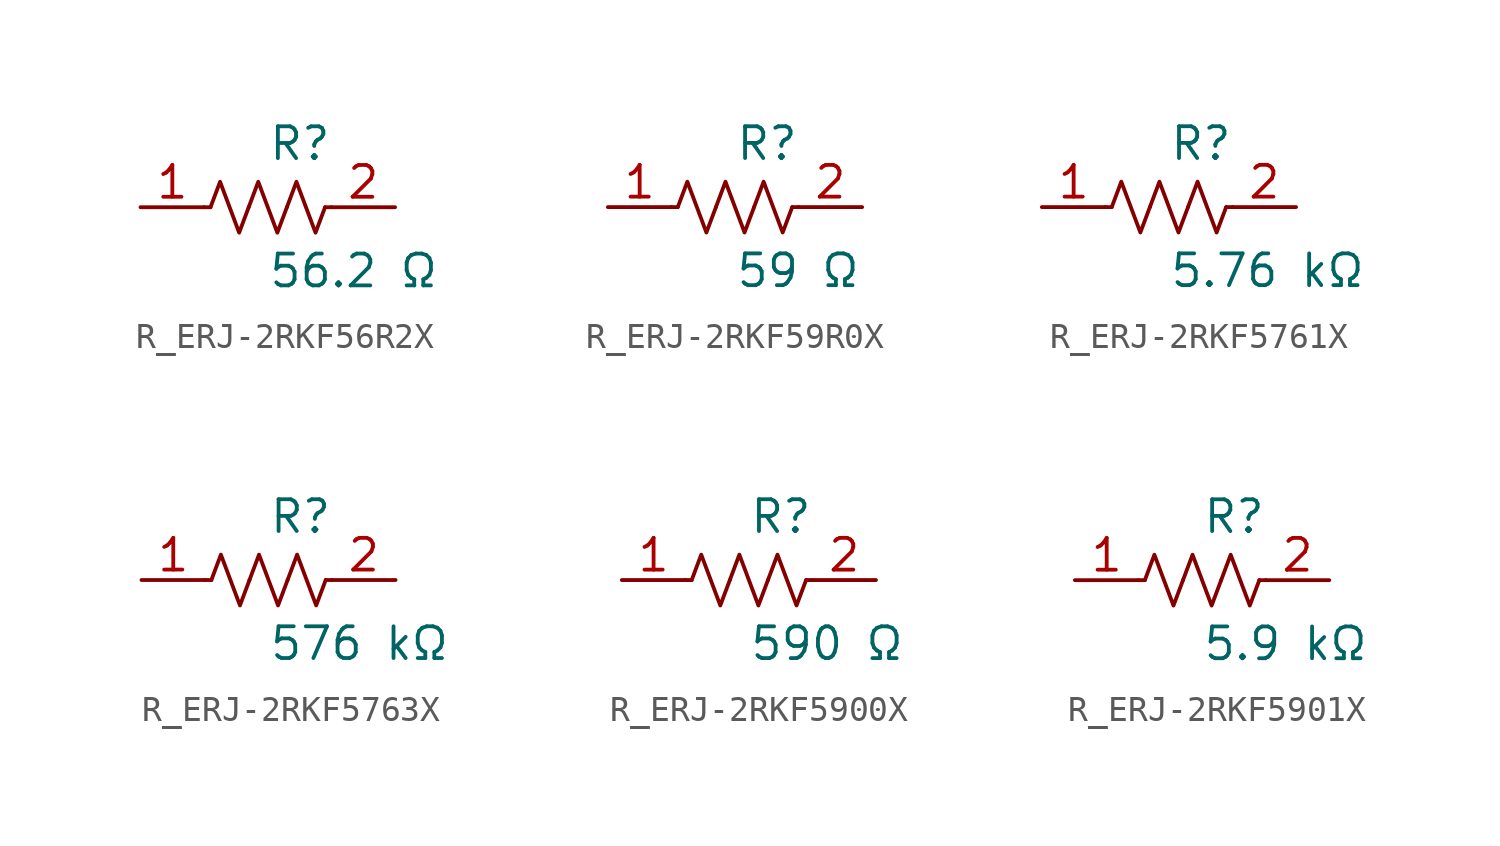
<source format=kicad_sym>
(kicad_symbol_lib
  (version 20231120)
  (generator kicad_symbol_editor)
  (generator_version 8.0)
  (symbol "R_ERJ-2RKF56R2X"
    (pin_names
      (offset 0.254))
    (property "Reference" "R"
      (at 0.0 2.54 0)
      (effects (font (size 1.27 1.27)) (justify left)))
    (property "Value" "56.2 Ω"
      (at 0.0 -2.54 0)
      (effects (font (size 1.27 1.27)) (justify left)))
    (symbol "R_ERJ-2RKF56R2X_0_1"
      (polyline (pts (xy 2.286 0) (xy 2.54 0)) (stroke (width 0) (type default)) (fill (type none)))
      (polyline (pts (xy -2.286 0) (xy -2.54 0)) (stroke (width 0) (type default)) (fill (type none)))
      (polyline (pts (xy 0.762 0) (xy 1.143 1.016) (xy 1.524 0) (xy 1.905 -1.016) (xy 2.286 0)) (stroke (width 0) (type default)) (fill (type none)))
      (polyline (pts (xy -0.762 0) (xy -0.381 1.016) (xy 0 0) (xy 0.381 -1.016) (xy 0.762 0)) (stroke (width 0) (type default)) (fill (type none)))
      (polyline (pts (xy -2.286 0) (xy -1.905 1.016) (xy -1.524 0) (xy -1.143 -1.016) (xy -0.762 0)) (stroke (width 0) (type default)) (fill (type none))))
    (pin unspecified line
      (at -5.08 0 0)
      (length 2.54)
      (name "" (effects (font (size 1.27 1.27))))
      (number "1" (effects (font (size 1.27 1.27)))))
    (pin unspecified line
      (at 5.08 0 180)
      (length 2.54)
      (name "" (effects (font (size 1.27 1.27))))
      (number "2" (effects (font (size 1.27 1.27))))))
  (symbol "R_ERJ-2RKF59R0X"
    (pin_names
      (offset 0.254))
    (property "Reference" "R"
      (at 0.0 2.54 0)
      (effects (font (size 1.27 1.27)) (justify left)))
    (property "Value" "59 Ω"
      (at 0.0 -2.54 0)
      (effects (font (size 1.27 1.27)) (justify left)))
    (symbol "R_ERJ-2RKF59R0X_0_1"
      (polyline (pts (xy 2.286 0) (xy 2.54 0)) (stroke (width 0) (type default)) (fill (type none)))
      (polyline (pts (xy -2.286 0) (xy -2.54 0)) (stroke (width 0) (type default)) (fill (type none)))
      (polyline (pts (xy 0.762 0) (xy 1.143 1.016) (xy 1.524 0) (xy 1.905 -1.016) (xy 2.286 0)) (stroke (width 0) (type default)) (fill (type none)))
      (polyline (pts (xy -0.762 0) (xy -0.381 1.016) (xy 0 0) (xy 0.381 -1.016) (xy 0.762 0)) (stroke (width 0) (type default)) (fill (type none)))
      (polyline (pts (xy -2.286 0) (xy -1.905 1.016) (xy -1.524 0) (xy -1.143 -1.016) (xy -0.762 0)) (stroke (width 0) (type default)) (fill (type none))))
    (pin unspecified line
      (at -5.08 0 0)
      (length 2.54)
      (name "" (effects (font (size 1.27 1.27))))
      (number "1" (effects (font (size 1.27 1.27)))))
    (pin unspecified line
      (at 5.08 0 180)
      (length 2.54)
      (name "" (effects (font (size 1.27 1.27))))
      (number "2" (effects (font (size 1.27 1.27))))))
  (symbol "R_ERJ-2RKF5761X"
    (pin_names
      (offset 0.254))
    (property "Reference" "R"
      (at 0.0 2.54 0)
      (effects (font (size 1.27 1.27)) (justify left)))
    (property "Value" "5.76 kΩ"
      (at 0.0 -2.54 0)
      (effects (font (size 1.27 1.27)) (justify left)))
    (symbol "R_ERJ-2RKF5761X_0_1"
      (polyline (pts (xy 2.286 0) (xy 2.54 0)) (stroke (width 0) (type default)) (fill (type none)))
      (polyline (pts (xy -2.286 0) (xy -2.54 0)) (stroke (width 0) (type default)) (fill (type none)))
      (polyline (pts (xy 0.762 0) (xy 1.143 1.016) (xy 1.524 0) (xy 1.905 -1.016) (xy 2.286 0)) (stroke (width 0) (type default)) (fill (type none)))
      (polyline (pts (xy -0.762 0) (xy -0.381 1.016) (xy 0 0) (xy 0.381 -1.016) (xy 0.762 0)) (stroke (width 0) (type default)) (fill (type none)))
      (polyline (pts (xy -2.286 0) (xy -1.905 1.016) (xy -1.524 0) (xy -1.143 -1.016) (xy -0.762 0)) (stroke (width 0) (type default)) (fill (type none))))
    (pin unspecified line
      (at -5.08 0 0)
      (length 2.54)
      (name "" (effects (font (size 1.27 1.27))))
      (number "1" (effects (font (size 1.27 1.27)))))
    (pin unspecified line
      (at 5.08 0 180)
      (length 2.54)
      (name "" (effects (font (size 1.27 1.27))))
      (number "2" (effects (font (size 1.27 1.27))))))
  (symbol "R_ERJ-2RKF5763X"
    (pin_names
      (offset 0.254))
    (property "Reference" "R"
      (at 0.0 2.54 0)
      (effects (font (size 1.27 1.27)) (justify left)))
    (property "Value" "576 kΩ"
      (at 0.0 -2.54 0)
      (effects (font (size 1.27 1.27)) (justify left)))
    (symbol "R_ERJ-2RKF5763X_0_1"
      (polyline (pts (xy 2.286 0) (xy 2.54 0)) (stroke (width 0) (type default)) (fill (type none)))
      (polyline (pts (xy -2.286 0) (xy -2.54 0)) (stroke (width 0) (type default)) (fill (type none)))
      (polyline (pts (xy 0.762 0) (xy 1.143 1.016) (xy 1.524 0) (xy 1.905 -1.016) (xy 2.286 0)) (stroke (width 0) (type default)) (fill (type none)))
      (polyline (pts (xy -0.762 0) (xy -0.381 1.016) (xy 0 0) (xy 0.381 -1.016) (xy 0.762 0)) (stroke (width 0) (type default)) (fill (type none)))
      (polyline (pts (xy -2.286 0) (xy -1.905 1.016) (xy -1.524 0) (xy -1.143 -1.016) (xy -0.762 0)) (stroke (width 0) (type default)) (fill (type none))))
    (pin unspecified line
      (at -5.08 0 0)
      (length 2.54)
      (name "" (effects (font (size 1.27 1.27))))
      (number "1" (effects (font (size 1.27 1.27)))))
    (pin unspecified line
      (at 5.08 0 180)
      (length 2.54)
      (name "" (effects (font (size 1.27 1.27))))
      (number "2" (effects (font (size 1.27 1.27))))))
  (symbol "R_ERJ-2RKF5900X"
    (pin_names
      (offset 0.254))
    (property "Reference" "R"
      (at 0.0 2.54 0)
      (effects (font (size 1.27 1.27)) (justify left)))
    (property "Value" "590 Ω"
      (at 0.0 -2.54 0)
      (effects (font (size 1.27 1.27)) (justify left)))
    (symbol "R_ERJ-2RKF5900X_0_1"
      (polyline (pts (xy 2.286 0) (xy 2.54 0)) (stroke (width 0) (type default)) (fill (type none)))
      (polyline (pts (xy -2.286 0) (xy -2.54 0)) (stroke (width 0) (type default)) (fill (type none)))
      (polyline (pts (xy 0.762 0) (xy 1.143 1.016) (xy 1.524 0) (xy 1.905 -1.016) (xy 2.286 0)) (stroke (width 0) (type default)) (fill (type none)))
      (polyline (pts (xy -0.762 0) (xy -0.381 1.016) (xy 0 0) (xy 0.381 -1.016) (xy 0.762 0)) (stroke (width 0) (type default)) (fill (type none)))
      (polyline (pts (xy -2.286 0) (xy -1.905 1.016) (xy -1.524 0) (xy -1.143 -1.016) (xy -0.762 0)) (stroke (width 0) (type default)) (fill (type none))))
    (pin unspecified line
      (at -5.08 0 0)
      (length 2.54)
      (name "" (effects (font (size 1.27 1.27))))
      (number "1" (effects (font (size 1.27 1.27)))))
    (pin unspecified line
      (at 5.08 0 180)
      (length 2.54)
      (name "" (effects (font (size 1.27 1.27))))
      (number "2" (effects (font (size 1.27 1.27))))))
  (symbol "R_ERJ-2RKF5901X"
    (pin_names
      (offset 0.254))
    (property "Reference" "R"
      (at 0.0 2.54 0)
      (effects (font (size 1.27 1.27)) (justify left)))
    (property "Value" "5.9 kΩ"
      (at 0.0 -2.54 0)
      (effects (font (size 1.27 1.27)) (justify left)))
    (symbol "R_ERJ-2RKF5901X_0_1"
      (polyline (pts (xy 2.286 0) (xy 2.54 0)) (stroke (width 0) (type default)) (fill (type none)))
      (polyline (pts (xy -2.286 0) (xy -2.54 0)) (stroke (width 0) (type default)) (fill (type none)))
      (polyline (pts (xy 0.762 0) (xy 1.143 1.016) (xy 1.524 0) (xy 1.905 -1.016) (xy 2.286 0)) (stroke (width 0) (type default)) (fill (type none)))
      (polyline (pts (xy -0.762 0) (xy -0.381 1.016) (xy 0 0) (xy 0.381 -1.016) (xy 0.762 0)) (stroke (width 0) (type default)) (fill (type none)))
      (polyline (pts (xy -2.286 0) (xy -1.905 1.016) (xy -1.524 0) (xy -1.143 -1.016) (xy -0.762 0)) (stroke (width 0) (type default)) (fill (type none))))
    (pin unspecified line
      (at -5.08 0 0)
      (length 2.54)
      (name "" (effects (font (size 1.27 1.27))))
      (number "1" (effects (font (size 1.27 1.27)))))
    (pin unspecified line
      (at 5.08 0 180)
      (length 2.54)
      (name "" (effects (font (size 1.27 1.27))))
      (number "2" (effects (font (size 1.27 1.27)))))))
</source>
